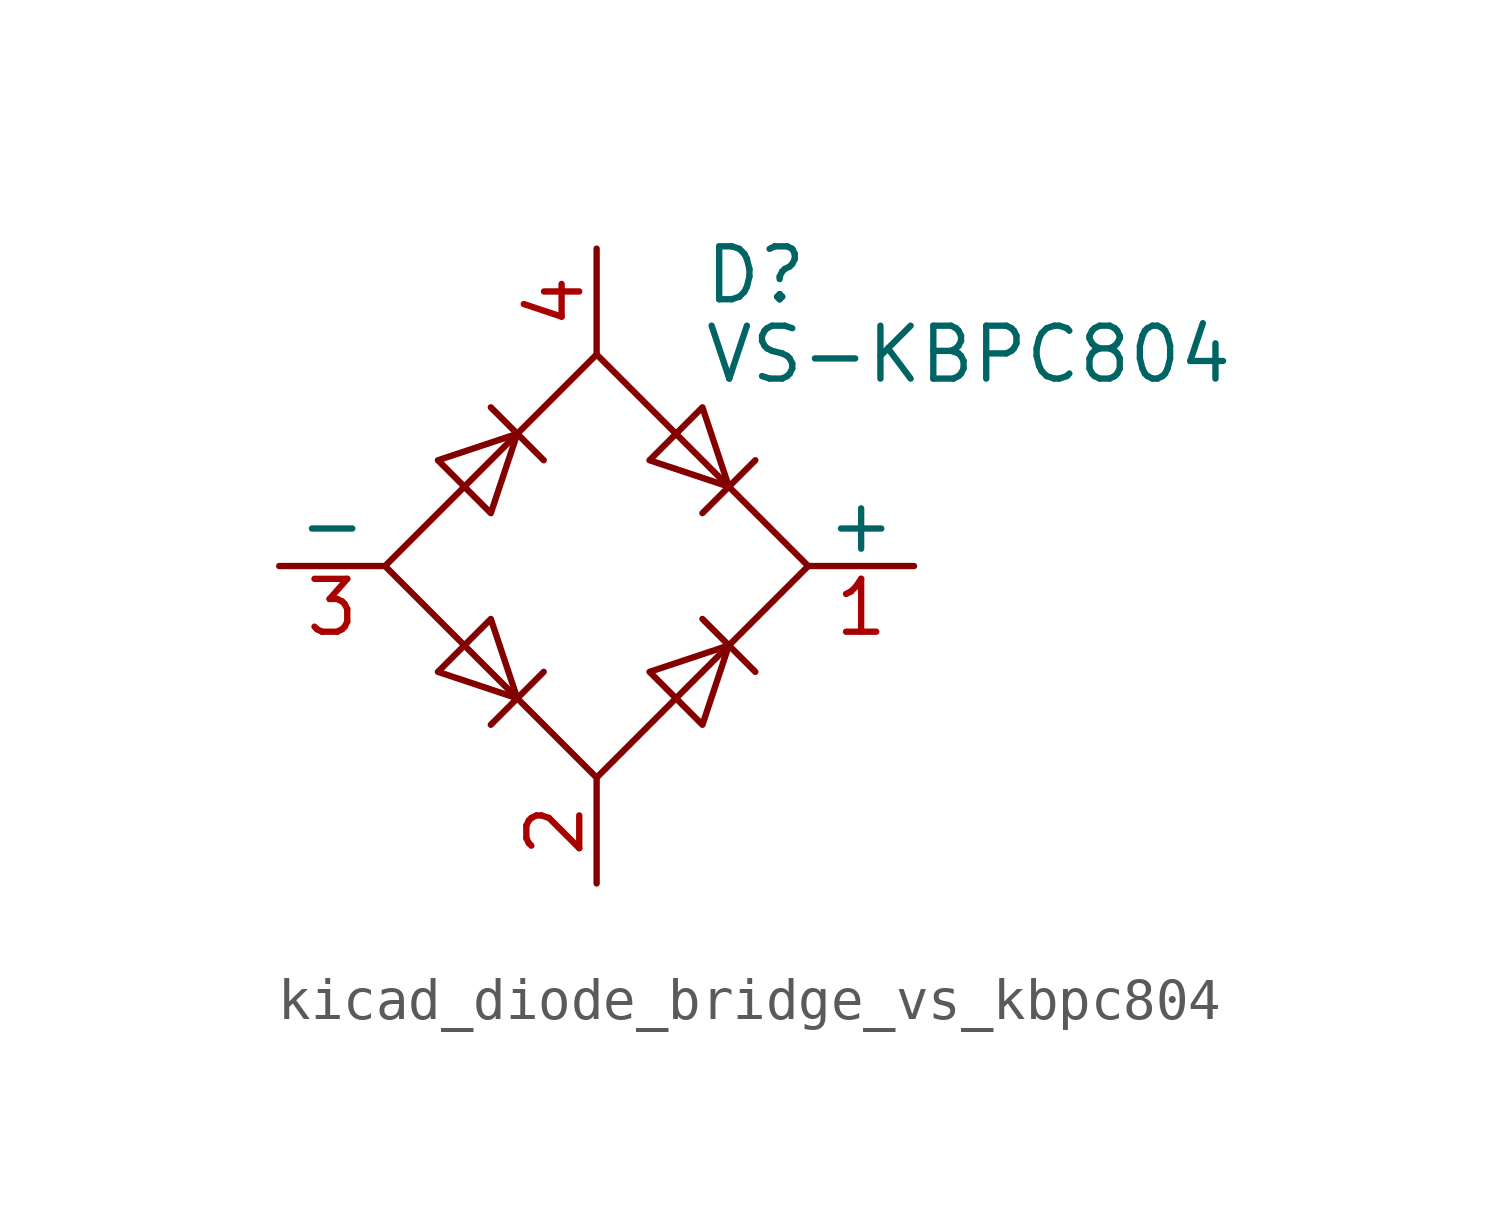
<source format=kicad_sym>
(kicad_symbol_lib
  (version 20220914)
  (generator kicad_symbol_editor)
  (symbol "kicad_diode_bridge_vs_kbpc804"
    (pin_names
      (offset 0))
    (property "Reference" "D"
      (at 2.54 6.985 0)
      (effects (font (size 1.27 1.27)) (justify left)))
    (property "Value" "VS-KBPC804"
      (at 2.54 5.08 0)
      (effects (font (size 1.27 1.27)) (justify left)))
    (symbol "kicad_diode_bridge_vs_kbpc804_0_1"
      (polyline (pts (xy -2.54 3.81) (xy -1.27 2.54)) (stroke (width 0) (type default)) (fill (type none)))
      (polyline (pts (xy -1.27 -2.54) (xy -2.54 -3.81)) (stroke (width 0) (type default)) (fill (type none)))
      (polyline (pts (xy 2.54 -1.27) (xy 3.81 -2.54)) (stroke (width 0) (type default)) (fill (type none)))
      (polyline (pts (xy 2.54 1.27) (xy 3.81 2.54)) (stroke (width 0) (type default)) (fill (type none)))
      (polyline (pts (xy -3.81 2.54) (xy -2.54 1.27) (xy -1.905 3.175) (xy -3.81 2.54)) (stroke (width 0) (type default)) (fill (type none)))
      (polyline (pts (xy -2.54 -1.27) (xy -3.81 -2.54) (xy -1.905 -3.175) (xy -2.54 -1.27)) (stroke (width 0) (type default)) (fill (type none)))
      (polyline (pts (xy 1.27 2.54) (xy 2.54 3.81) (xy 3.175 1.905) (xy 1.27 2.54)) (stroke (width 0) (type default)) (fill (type none)))
      (polyline (pts (xy 3.175 -1.905) (xy 1.27 -2.54) (xy 2.54 -3.81) (xy 3.175 -1.905)) (stroke (width 0) (type default)) (fill (type none)))
      (polyline (pts (xy -5.08 0) (xy 0 -5.08) (xy 5.08 0) (xy 0 5.08) (xy -5.08 0)) (stroke (width 0) (type default)) (fill (type none))))
    (symbol "kicad_diode_bridge_vs_kbpc804_1_1"
      (pin passive line (at 7.62 0 180) (length 2.54) (name "+" (effects (font (size 1.27 1.27)))) (number "1" (effects (font (size 1.27 1.27)))))
      (pin passive line (at 0 -7.62 90) (length 2.54) (name "~" (effects (font (size 1.27 1.27)))) (number "2" (effects (font (size 1.27 1.27)))))
      (pin passive line (at -7.62 0 0) (length 2.54) (name "-" (effects (font (size 1.27 1.27)))) (number "3" (effects (font (size 1.27 1.27)))))
      (pin passive line (at 0 7.62 270) (length 2.54) (name "~" (effects (font (size 1.27 1.27)))) (number "4" (effects (font (size 1.27 1.27))))))))
</source>
